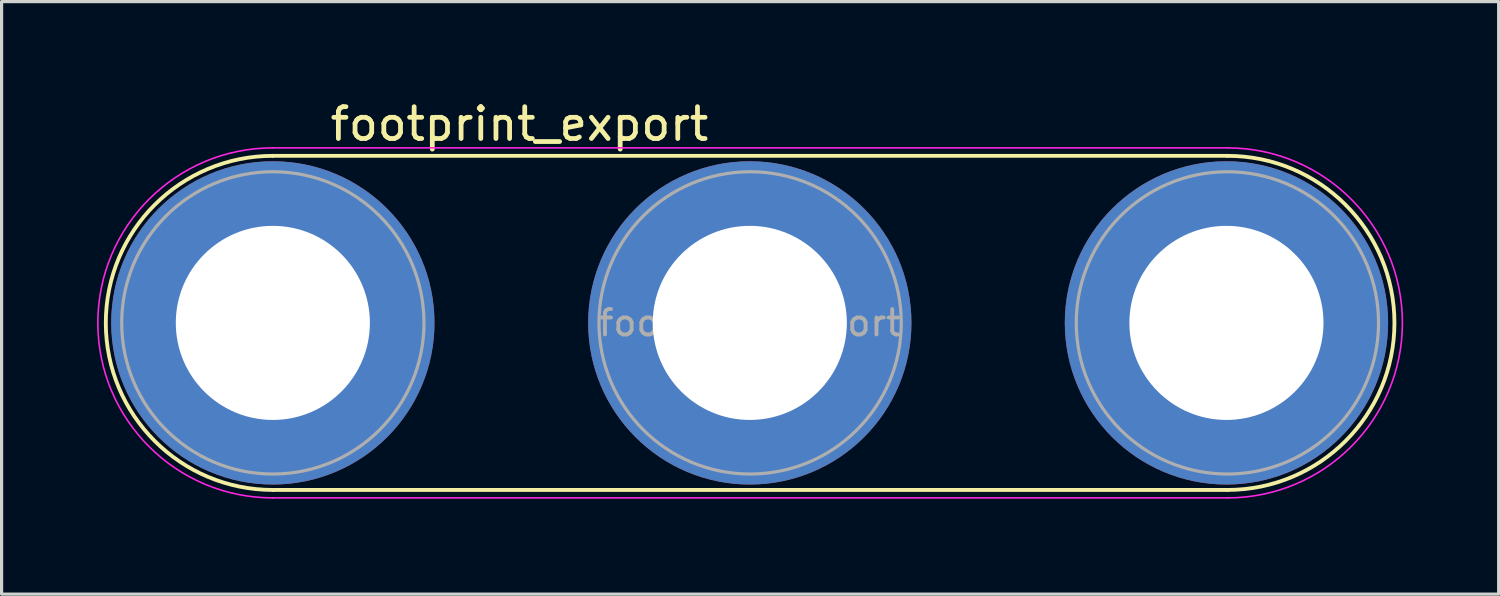
<source format=kicad_pcb>
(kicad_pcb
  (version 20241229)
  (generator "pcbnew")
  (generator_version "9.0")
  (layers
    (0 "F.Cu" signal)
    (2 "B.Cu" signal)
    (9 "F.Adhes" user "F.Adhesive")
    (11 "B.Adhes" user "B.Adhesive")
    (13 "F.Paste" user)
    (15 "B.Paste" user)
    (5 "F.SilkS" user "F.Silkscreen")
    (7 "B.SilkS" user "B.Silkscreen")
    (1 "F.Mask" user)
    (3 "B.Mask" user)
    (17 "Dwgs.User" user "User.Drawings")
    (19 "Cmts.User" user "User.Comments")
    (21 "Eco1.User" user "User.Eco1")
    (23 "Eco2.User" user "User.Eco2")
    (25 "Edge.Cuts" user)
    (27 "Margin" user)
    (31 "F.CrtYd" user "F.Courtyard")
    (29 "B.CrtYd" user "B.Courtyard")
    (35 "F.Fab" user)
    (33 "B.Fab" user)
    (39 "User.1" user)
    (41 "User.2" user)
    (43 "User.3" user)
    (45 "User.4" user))
  (footprint "footprint_export"
    (layer "F.Cu")
    (at 5.525 7.098)
    (property "Reference" "footprint_export" (at 7.75 -6.25 0) (layer "F.SilkS") (effects (font (size 1 1) (thickness 0.15))))
    (attr through_hole)
    (fp_line (start 0 5.25) (end 30 5.25) (stroke (width 0.12) (type solid)) (layer "F.SilkS"))
    (fp_line (start 30 -5.25) (end 0 -5.25) (stroke (width 0.12) (type solid)) (layer "F.SilkS"))
    (fp_arc (start 0 5.25) (mid -5.25 0) (end 0 -5.25) (stroke (width 0.12) (type solid)) (layer "F.SilkS"))
    (fp_arc (start 30 -5.25) (mid 35.25 0) (end 30 5.25) (stroke (width 0.12) (type solid)) (layer "F.SilkS"))
    (fp_line (start 0 -5.5) (end 30 -5.5) (stroke (width 0.05) (type solid)) (layer "F.CrtYd"))
    (fp_line (start 30 5.5) (end 0 5.5) (stroke (width 0.05) (type solid)) (layer "F.CrtYd"))
    (fp_arc (start 0 5.5) (mid -5.5 0) (end 0 -5.5) (stroke (width 0.05) (type solid)) (layer "F.CrtYd"))
    (fp_arc (start 30 -5.5) (mid 35.5 0) (end 30 5.5) (stroke (width 0.05) (type solid)) (layer "F.CrtYd"))
    (fp_circle (center 0 0) (end 2 0) (stroke (width 0.1) (type solid)) (fill no) (layer "F.Fab"))
    (fp_circle (center 0 0) (end 4.75 0) (stroke (width 0.1) (type solid)) (fill no) (layer "F.Fab"))
    (fp_circle (center 15 0) (end 17 0) (stroke (width 0.1) (type solid)) (fill no) (layer "F.Fab"))
    (fp_circle (center 15 0) (end 19.75 0) (stroke (width 0.1) (type solid)) (fill no) (layer "F.Fab"))
    (fp_circle (center 30 0) (end 30 -4.75) (stroke (width 0.1) (type solid)) (fill no) (layer "F.Fab"))
    (fp_circle (center 30 0) (end 30 -2) (stroke (width 0.1) (type solid)) (fill no) (layer "F.Fab"))
    (fp_text user "${REFERENCE}" (at 14.99 0 0) (layer "F.Fab") (effects (font (size 0.8 0.8) (thickness 0.12))))
    (pad "1" thru_hole circle (at 0 0) (size 10.16 10.16) (drill 6.1) (layers "*.Cu" "*.Mask"))
    (pad "2" thru_hole circle (at 14.99 0) (size 10.16 10.16) (drill 6.1) (layers "*.Cu" "*.Mask"))
    (pad "3" thru_hole circle (at 29.97 0) (size 10.16 10.16) (drill 6.1) (layers "*.Cu" "*.Mask")))
  (gr_rect
    (start -3 -3)
    (end 44.05 15.623)
    (stroke (width 0.1) (type default))
    (fill no)
    (layer "Edge.Cuts")))
</source>
